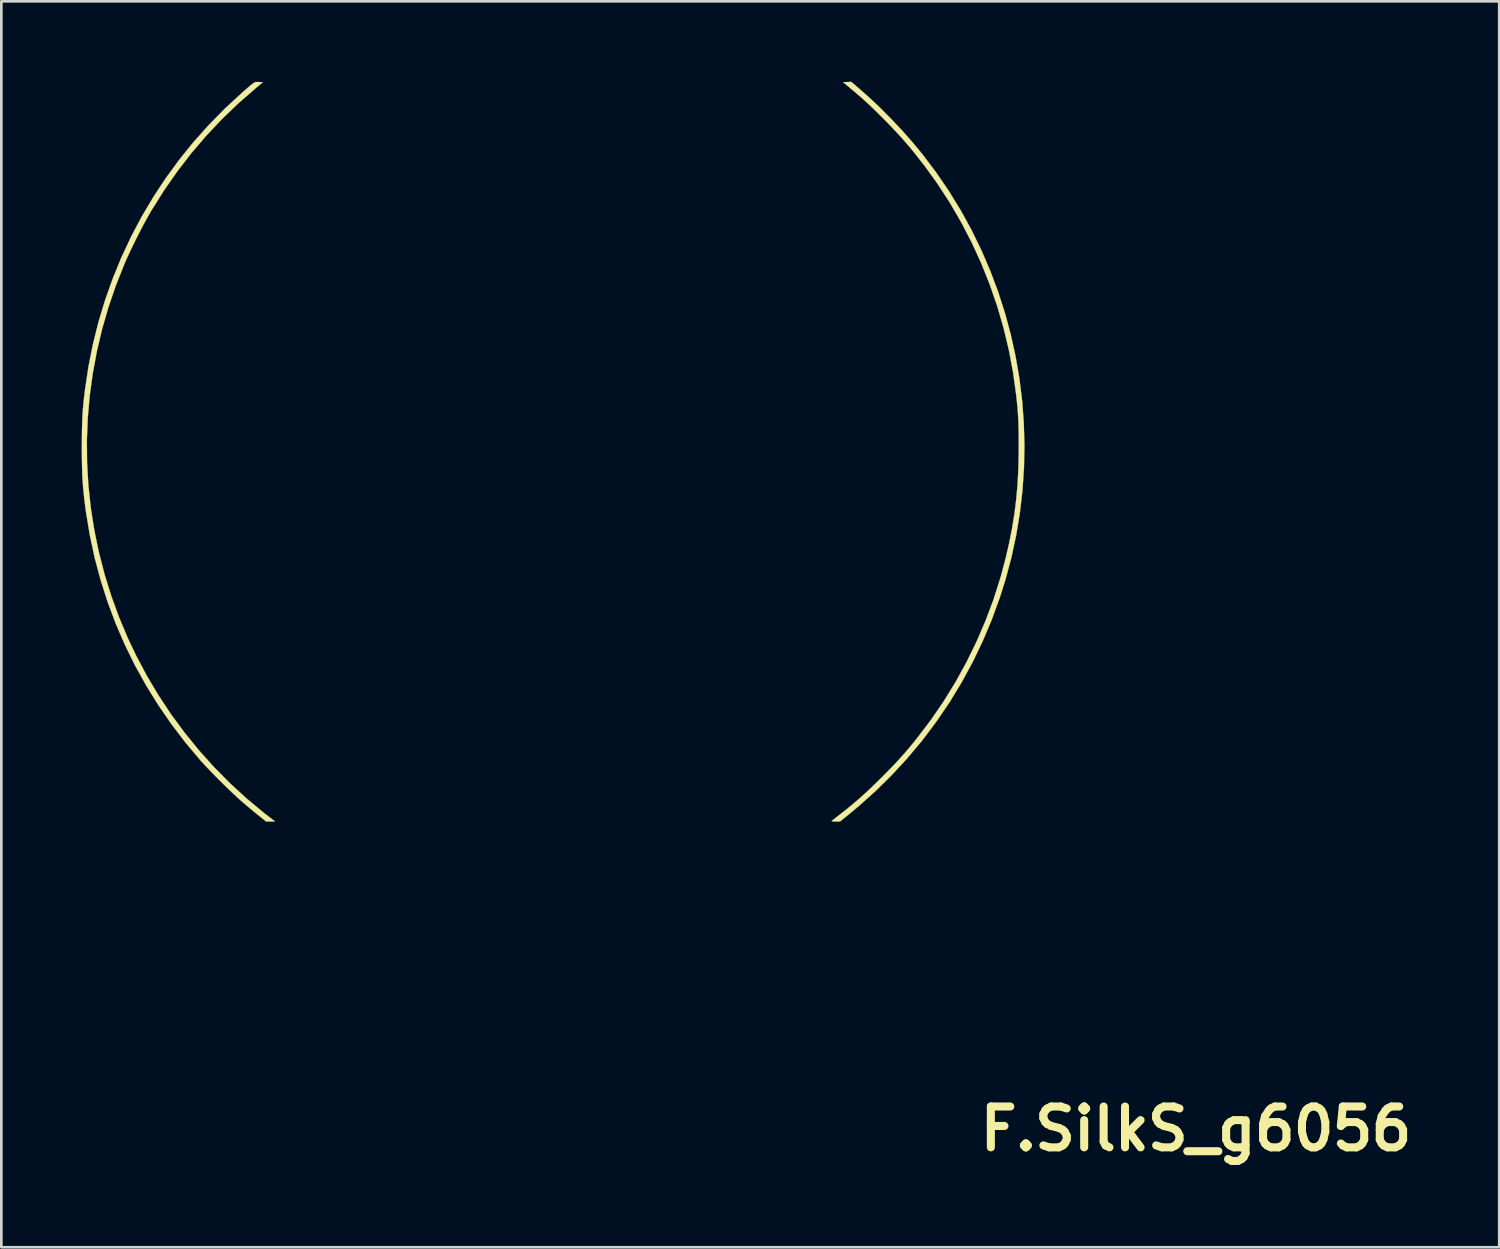
<source format=kicad_pcb>
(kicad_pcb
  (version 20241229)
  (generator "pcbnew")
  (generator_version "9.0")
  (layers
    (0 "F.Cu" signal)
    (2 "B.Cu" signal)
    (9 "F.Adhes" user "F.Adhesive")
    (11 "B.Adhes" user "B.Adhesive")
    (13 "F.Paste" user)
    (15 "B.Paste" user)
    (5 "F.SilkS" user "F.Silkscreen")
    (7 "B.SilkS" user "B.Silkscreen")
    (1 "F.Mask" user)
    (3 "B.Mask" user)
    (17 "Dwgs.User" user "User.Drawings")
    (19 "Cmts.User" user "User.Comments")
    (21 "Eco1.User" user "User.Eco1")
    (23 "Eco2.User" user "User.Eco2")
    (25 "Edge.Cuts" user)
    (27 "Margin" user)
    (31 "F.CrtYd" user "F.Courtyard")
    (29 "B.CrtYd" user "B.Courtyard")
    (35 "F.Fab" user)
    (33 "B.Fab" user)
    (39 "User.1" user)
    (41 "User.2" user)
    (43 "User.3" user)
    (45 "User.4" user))
  (footprint "F.SilkS_g6056"
    (layer "F.Cu")
    (at 41.586 39.081)
    (property "Reference" "F.SilkS_g6056" (at 0 0 0) (layer "F.SilkS") (effects (font (size 1.524 1.524) (thickness 0.3))))
    (attr through_hole)
    (fp_poly (pts (xy -12.673 -38.911) (xy -12.244 -38.536) (xy -11.81 -38.129) (xy -11.38 -37.698) (xy -10.961 -37.252) (xy -10.562 -36.799) (xy -10.216 -36.38) (xy -9.702 -35.7) (xy -9.223 -35) (xy -8.781 -34.28) (xy -8.376 -33.542) (xy -8.008 -32.787) (xy -7.677 -32.018) (xy -7.384 -31.236) (xy -7.128 -30.441) (xy -6.911 -29.636) (xy -6.732 -28.822) (xy -6.591 -28.001) (xy -6.489 -27.174) (xy -6.427 -26.342) (xy -6.403 -25.507) (xy -6.42 -24.671) (xy -6.476 -23.835) (xy -6.572 -23) (xy -6.709 -22.168) (xy -6.886 -21.341) (xy -7.105 -20.519) (xy -7.321 -19.833) (xy -7.618 -19.017) (xy -7.953 -18.221) (xy -8.325 -17.444) (xy -8.734 -16.688) (xy -9.18 -15.952) (xy -9.662 -15.239) (xy -10.18 -14.547) (xy -10.254 -14.453) (xy -10.785 -13.821) (xy -11.352 -13.208) (xy -11.95 -12.618) (xy -12.575 -12.057) (xy -12.985 -11.716) (xy -13.287 -11.472) (xy -13.453 -11.472) (xy -13.53 -11.474) (xy -13.582 -11.48) (xy -13.6 -11.488) (xy -13.599 -11.491) (xy -13.575 -11.51) (xy -13.525 -11.549) (xy -13.454 -11.604) (xy -13.37 -11.67) (xy -13.335 -11.697) (xy -13.073 -11.903) (xy -12.828 -12.103) (xy -12.593 -12.304) (xy -12.359 -12.512) (xy -12.12 -12.736) (xy -11.867 -12.982) (xy -11.704 -13.143) (xy -11.474 -13.375) (xy -11.27 -13.588) (xy -11.082 -13.789) (xy -10.905 -13.987) (xy -10.73 -14.19) (xy -10.551 -14.406) (xy -10.425 -14.563) (xy -9.906 -15.244) (xy -9.422 -15.949) (xy -8.974 -16.675) (xy -8.562 -17.422) (xy -8.188 -18.187) (xy -7.851 -18.97) (xy -7.553 -19.768) (xy -7.295 -20.582) (xy -7.102 -21.304) (xy -6.971 -21.871) (xy -6.863 -22.419) (xy -6.776 -22.958) (xy -6.709 -23.498) (xy -6.66 -24.046) (xy -6.63 -24.612) (xy -6.616 -25.206) (xy -6.615 -25.442) (xy -6.615 -25.717) (xy -6.617 -25.958) (xy -6.621 -26.172) (xy -6.627 -26.366) (xy -6.636 -26.55) (xy -6.647 -26.729) (xy -6.662 -26.913) (xy -6.681 -27.108) (xy -6.704 -27.323) (xy -6.711 -27.39) (xy -6.827 -28.232) (xy -6.984 -29.067) (xy -7.181 -29.891) (xy -7.418 -30.705) (xy -7.695 -31.506) (xy -8.009 -32.293) (xy -8.362 -33.063) (xy -8.751 -33.816) (xy -9.177 -34.55) (xy -9.639 -35.263) (xy -10.136 -35.953) (xy -10.552 -36.481) (xy -10.757 -36.726) (xy -10.964 -36.963) (xy -11.18 -37.2) (xy -11.413 -37.446) (xy -11.671 -37.709) (xy -11.673 -37.711) (xy -11.865 -37.902) (xy -12.036 -38.07) (xy -12.193 -38.22) (xy -12.345 -38.36) (xy -12.499 -38.497) (xy -12.662 -38.638) (xy -12.842 -38.79) (xy -12.88 -38.822) (xy -13.169 -39.063) (xy -13.019 -39.069) (xy -12.868 -39.076) (xy -12.673 -38.911)) (stroke (width 0.01) (type solid)) (fill yes) (layer "F.SilkS"))
    (fp_poly (pts (xy -34.987 -39.07) (xy -34.972 -39.069) (xy -34.824 -39.063) (xy -35.08 -38.851) (xy -35.731 -38.285) (xy -36.351 -37.689) (xy -36.939 -37.066) (xy -37.496 -36.415) (xy -38.02 -35.735) (xy -38.513 -35.028) (xy -38.974 -34.294) (xy -39.094 -34.089) (xy -39.198 -33.902) (xy -39.315 -33.685) (xy -39.438 -33.448) (xy -39.563 -33.199) (xy -39.686 -32.948) (xy -39.803 -32.704) (xy -39.908 -32.476) (xy -39.996 -32.273) (xy -39.998 -32.269) (xy -40.315 -31.469) (xy -40.591 -30.66) (xy -40.827 -29.843) (xy -41.021 -29.019) (xy -41.175 -28.19) (xy -41.289 -27.356) (xy -41.362 -26.52) (xy -41.394 -25.683) (xy -41.386 -24.846) (xy -41.337 -24.01) (xy -41.248 -23.178) (xy -41.118 -22.349) (xy -40.948 -21.526) (xy -40.738 -20.71) (xy -40.488 -19.902) (xy -40.197 -19.104) (xy -39.867 -18.317) (xy -39.551 -17.653) (xy -39.153 -16.904) (xy -38.719 -16.175) (xy -38.25 -15.469) (xy -37.747 -14.786) (xy -37.212 -14.129) (xy -36.647 -13.499) (xy -36.052 -12.898) (xy -35.43 -12.327) (xy -34.781 -11.789) (xy -34.568 -11.624) (xy -34.37 -11.472) (xy -34.704 -11.472) (xy -35.021 -11.727) (xy -35.149 -11.832) (xy -35.294 -11.952) (xy -35.44 -12.074) (xy -35.574 -12.189) (xy -35.634 -12.24) (xy -35.767 -12.36) (xy -35.923 -12.504) (xy -36.094 -12.667) (xy -36.275 -12.844) (xy -36.459 -13.026) (xy -36.64 -13.209) (xy -36.812 -13.386) (xy -36.968 -13.55) (xy -37.103 -13.697) (xy -37.152 -13.751) (xy -37.715 -14.421) (xy -38.242 -15.111) (xy -38.731 -15.823) (xy -39.184 -16.554) (xy -39.6 -17.303) (xy -39.977 -18.071) (xy -40.316 -18.856) (xy -40.617 -19.658) (xy -40.878 -20.475) (xy -41.101 -21.307) (xy -41.283 -22.153) (xy -41.426 -23.013) (xy -41.463 -23.294) (xy -41.492 -23.533) (xy -41.516 -23.754) (xy -41.536 -23.964) (xy -41.551 -24.171) (xy -41.563 -24.382) (xy -41.571 -24.605) (xy -41.576 -24.847) (xy -41.58 -25.116) (xy -41.581 -25.419) (xy -41.581 -25.442) (xy -41.58 -25.748) (xy -41.577 -26.02) (xy -41.571 -26.263) (xy -41.563 -26.487) (xy -41.552 -26.699) (xy -41.537 -26.906) (xy -41.518 -27.116) (xy -41.494 -27.336) (xy -41.465 -27.573) (xy -41.463 -27.591) (xy -41.335 -28.447) (xy -41.166 -29.292) (xy -40.958 -30.124) (xy -40.71 -30.941) (xy -40.425 -31.744) (xy -40.102 -32.53) (xy -39.742 -33.299) (xy -39.346 -34.048) (xy -38.913 -34.778) (xy -38.446 -35.486) (xy -37.945 -36.171) (xy -37.41 -36.833) (xy -36.841 -37.47) (xy -36.241 -38.081) (xy -35.608 -38.664) (xy -35.539 -38.725) (xy -35.416 -38.832) (xy -35.319 -38.915) (xy -35.246 -38.977) (xy -35.189 -39.02) (xy -35.144 -39.048) (xy -35.107 -39.064) (xy -35.072 -39.071) (xy -35.033 -39.072) (xy -34.987 -39.07)) (stroke (width 0.01) (type solid)) (fill yes) (layer "F.SilkS")))
  (gr_rect
    (start -3 -3)
    (end 52.902 43.499)
    (stroke (width 0.1) (type default))
    (fill no)
    (layer "Edge.Cuts")))
</source>
